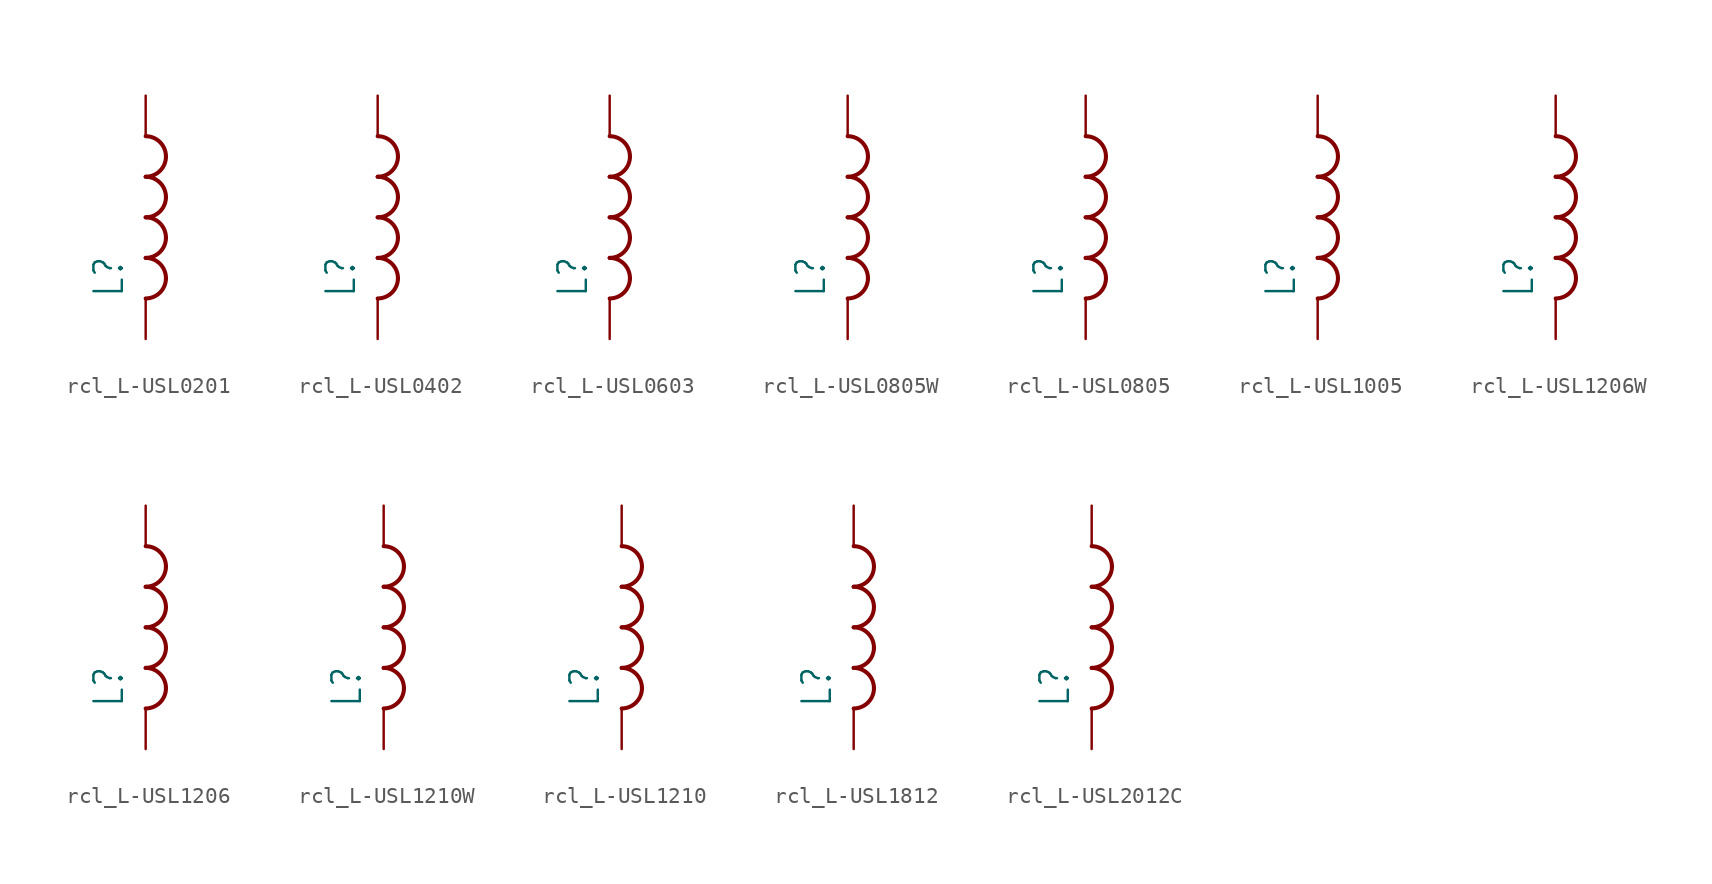
<source format=kicad_sym>
(kicad_symbol_lib
  (version 20241209)
  (generator "kicad_symbol_editor")
  (generator_version "9.0")
  (symbol "rcl_L-USL0201"
    (property "Reference" "L"
      (at -1.27 -5.08 90)
      (effects (font (size 1.778 1.511)) (justify left bottom)))
    (property "Value" ""
      (at 3.81 -5.08 90)
      (effects (font (size 1.778 1.511)) (justify left bottom)))
    (property "ki_locked" ""
      (at 0 0 0)
      (effects (font (size 1.27 1.27))))
    (symbol "rcl_L-USL0201_1_0"
      (arc (start 0 5.08) (mid 0.898 4.708) (end 1.27 3.81) (stroke (width 0.254) (type solid)) (fill (type none)))
      (arc (start 1.27 3.81) (mid 0.898 2.912) (end 0 2.54) (stroke (width 0.254) (type solid)) (fill (type none)))
      (arc (start 0 2.54) (mid 0.898 2.168) (end 1.27 1.27) (stroke (width 0.254) (type solid)) (fill (type none)))
      (arc (start 1.27 1.27) (mid 0.898 0.372) (end 0 0) (stroke (width 0.254) (type solid)) (fill (type none)))
      (arc (start 0 0) (mid 0.898 -0.372) (end 1.27 -1.27) (stroke (width 0.254) (type solid)) (fill (type none)))
      (arc (start 1.27 -1.27) (mid 0.898 -2.168) (end 0 -2.54) (stroke (width 0.254) (type solid)) (fill (type none)))
      (arc (start 0 -2.54) (mid 0.898 -2.912) (end 1.27 -3.81) (stroke (width 0.254) (type solid)) (fill (type none)))
      (arc (start 1.27 -3.81) (mid 0.898 -4.708) (end 0 -5.08) (stroke (width 0.254) (type solid)) (fill (type none)))
      (pin passive line (at 0 7.62 270) (length 2.54) (name "1" (effects (font (size 0 0)))) (number "1" (effects (font (size 0 0)))))
      (pin passive line (at 0 -7.62 90) (length 2.54) (name "2" (effects (font (size 0 0)))) (number "2" (effects (font (size 0 0)))))))
  (symbol "rcl_L-USL0402"
    (property "Reference" "L"
      (at -1.27 -5.08 90)
      (effects (font (size 1.778 1.511)) (justify left bottom)))
    (property "Value" ""
      (at 3.81 -5.08 90)
      (effects (font (size 1.778 1.511)) (justify left bottom)))
    (property "ki_locked" ""
      (at 0 0 0)
      (effects (font (size 1.27 1.27))))
    (symbol "rcl_L-USL0402_1_0"
      (arc (start 0 5.08) (mid 0.898 4.708) (end 1.27 3.81) (stroke (width 0.254) (type solid)) (fill (type none)))
      (arc (start 1.27 3.81) (mid 0.898 2.912) (end 0 2.54) (stroke (width 0.254) (type solid)) (fill (type none)))
      (arc (start 0 2.54) (mid 0.898 2.168) (end 1.27 1.27) (stroke (width 0.254) (type solid)) (fill (type none)))
      (arc (start 1.27 1.27) (mid 0.898 0.372) (end 0 0) (stroke (width 0.254) (type solid)) (fill (type none)))
      (arc (start 0 0) (mid 0.898 -0.372) (end 1.27 -1.27) (stroke (width 0.254) (type solid)) (fill (type none)))
      (arc (start 1.27 -1.27) (mid 0.898 -2.168) (end 0 -2.54) (stroke (width 0.254) (type solid)) (fill (type none)))
      (arc (start 0 -2.54) (mid 0.898 -2.912) (end 1.27 -3.81) (stroke (width 0.254) (type solid)) (fill (type none)))
      (arc (start 1.27 -3.81) (mid 0.898 -4.708) (end 0 -5.08) (stroke (width 0.254) (type solid)) (fill (type none)))
      (pin passive line (at 0 7.62 270) (length 2.54) (name "1" (effects (font (size 0 0)))) (number "1" (effects (font (size 0 0)))))
      (pin passive line (at 0 -7.62 90) (length 2.54) (name "2" (effects (font (size 0 0)))) (number "2" (effects (font (size 0 0)))))))
  (symbol "rcl_L-USL0603"
    (property "Reference" "L"
      (at -1.27 -5.08 90)
      (effects (font (size 1.778 1.511)) (justify left bottom)))
    (property "Value" ""
      (at 3.81 -5.08 90)
      (effects (font (size 1.778 1.511)) (justify left bottom)))
    (property "ki_locked" ""
      (at 0 0 0)
      (effects (font (size 1.27 1.27))))
    (symbol "rcl_L-USL0603_1_0"
      (arc (start 0 5.08) (mid 0.898 4.708) (end 1.27 3.81) (stroke (width 0.254) (type solid)) (fill (type none)))
      (arc (start 1.27 3.81) (mid 0.898 2.912) (end 0 2.54) (stroke (width 0.254) (type solid)) (fill (type none)))
      (arc (start 0 2.54) (mid 0.898 2.168) (end 1.27 1.27) (stroke (width 0.254) (type solid)) (fill (type none)))
      (arc (start 1.27 1.27) (mid 0.898 0.372) (end 0 0) (stroke (width 0.254) (type solid)) (fill (type none)))
      (arc (start 0 0) (mid 0.898 -0.372) (end 1.27 -1.27) (stroke (width 0.254) (type solid)) (fill (type none)))
      (arc (start 1.27 -1.27) (mid 0.898 -2.168) (end 0 -2.54) (stroke (width 0.254) (type solid)) (fill (type none)))
      (arc (start 0 -2.54) (mid 0.898 -2.912) (end 1.27 -3.81) (stroke (width 0.254) (type solid)) (fill (type none)))
      (arc (start 1.27 -3.81) (mid 0.898 -4.708) (end 0 -5.08) (stroke (width 0.254) (type solid)) (fill (type none)))
      (pin passive line (at 0 7.62 270) (length 2.54) (name "1" (effects (font (size 0 0)))) (number "1" (effects (font (size 0 0)))))
      (pin passive line (at 0 -7.62 90) (length 2.54) (name "2" (effects (font (size 0 0)))) (number "2" (effects (font (size 0 0)))))))
  (symbol "rcl_L-USL0805W"
    (property "Reference" "L"
      (at -1.27 -5.08 90)
      (effects (font (size 1.778 1.511)) (justify left bottom)))
    (property "Value" ""
      (at 3.81 -5.08 90)
      (effects (font (size 1.778 1.511)) (justify left bottom)))
    (property "ki_locked" ""
      (at 0 0 0)
      (effects (font (size 1.27 1.27))))
    (symbol "rcl_L-USL0805W_1_0"
      (arc (start 0 5.08) (mid 0.898 4.708) (end 1.27 3.81) (stroke (width 0.254) (type solid)) (fill (type none)))
      (arc (start 1.27 3.81) (mid 0.898 2.912) (end 0 2.54) (stroke (width 0.254) (type solid)) (fill (type none)))
      (arc (start 0 2.54) (mid 0.898 2.168) (end 1.27 1.27) (stroke (width 0.254) (type solid)) (fill (type none)))
      (arc (start 1.27 1.27) (mid 0.898 0.372) (end 0 0) (stroke (width 0.254) (type solid)) (fill (type none)))
      (arc (start 0 0) (mid 0.898 -0.372) (end 1.27 -1.27) (stroke (width 0.254) (type solid)) (fill (type none)))
      (arc (start 1.27 -1.27) (mid 0.898 -2.168) (end 0 -2.54) (stroke (width 0.254) (type solid)) (fill (type none)))
      (arc (start 0 -2.54) (mid 0.898 -2.912) (end 1.27 -3.81) (stroke (width 0.254) (type solid)) (fill (type none)))
      (arc (start 1.27 -3.81) (mid 0.898 -4.708) (end 0 -5.08) (stroke (width 0.254) (type solid)) (fill (type none)))
      (pin passive line (at 0 7.62 270) (length 2.54) (name "1" (effects (font (size 0 0)))) (number "1" (effects (font (size 0 0)))))
      (pin passive line (at 0 -7.62 90) (length 2.54) (name "2" (effects (font (size 0 0)))) (number "2" (effects (font (size 0 0)))))))
  (symbol "rcl_L-USL0805"
    (property "Reference" "L"
      (at -1.27 -5.08 90)
      (effects (font (size 1.778 1.511)) (justify left bottom)))
    (property "Value" ""
      (at 3.81 -5.08 90)
      (effects (font (size 1.778 1.511)) (justify left bottom)))
    (property "ki_locked" ""
      (at 0 0 0)
      (effects (font (size 1.27 1.27))))
    (symbol "rcl_L-USL0805_1_0"
      (arc (start 0 5.08) (mid 0.898 4.708) (end 1.27 3.81) (stroke (width 0.254) (type solid)) (fill (type none)))
      (arc (start 1.27 3.81) (mid 0.898 2.912) (end 0 2.54) (stroke (width 0.254) (type solid)) (fill (type none)))
      (arc (start 0 2.54) (mid 0.898 2.168) (end 1.27 1.27) (stroke (width 0.254) (type solid)) (fill (type none)))
      (arc (start 1.27 1.27) (mid 0.898 0.372) (end 0 0) (stroke (width 0.254) (type solid)) (fill (type none)))
      (arc (start 0 0) (mid 0.898 -0.372) (end 1.27 -1.27) (stroke (width 0.254) (type solid)) (fill (type none)))
      (arc (start 1.27 -1.27) (mid 0.898 -2.168) (end 0 -2.54) (stroke (width 0.254) (type solid)) (fill (type none)))
      (arc (start 0 -2.54) (mid 0.898 -2.912) (end 1.27 -3.81) (stroke (width 0.254) (type solid)) (fill (type none)))
      (arc (start 1.27 -3.81) (mid 0.898 -4.708) (end 0 -5.08) (stroke (width 0.254) (type solid)) (fill (type none)))
      (pin passive line (at 0 7.62 270) (length 2.54) (name "1" (effects (font (size 0 0)))) (number "1" (effects (font (size 0 0)))))
      (pin passive line (at 0 -7.62 90) (length 2.54) (name "2" (effects (font (size 0 0)))) (number "2" (effects (font (size 0 0)))))))
  (symbol "rcl_L-USL1005"
    (property "Reference" "L"
      (at -1.27 -5.08 90)
      (effects (font (size 1.778 1.511)) (justify left bottom)))
    (property "Value" ""
      (at 3.81 -5.08 90)
      (effects (font (size 1.778 1.511)) (justify left bottom)))
    (property "ki_locked" ""
      (at 0 0 0)
      (effects (font (size 1.27 1.27))))
    (symbol "rcl_L-USL1005_1_0"
      (arc (start 0 5.08) (mid 0.898 4.708) (end 1.27 3.81) (stroke (width 0.254) (type solid)) (fill (type none)))
      (arc (start 1.27 3.81) (mid 0.898 2.912) (end 0 2.54) (stroke (width 0.254) (type solid)) (fill (type none)))
      (arc (start 0 2.54) (mid 0.898 2.168) (end 1.27 1.27) (stroke (width 0.254) (type solid)) (fill (type none)))
      (arc (start 1.27 1.27) (mid 0.898 0.372) (end 0 0) (stroke (width 0.254) (type solid)) (fill (type none)))
      (arc (start 0 0) (mid 0.898 -0.372) (end 1.27 -1.27) (stroke (width 0.254) (type solid)) (fill (type none)))
      (arc (start 1.27 -1.27) (mid 0.898 -2.168) (end 0 -2.54) (stroke (width 0.254) (type solid)) (fill (type none)))
      (arc (start 0 -2.54) (mid 0.898 -2.912) (end 1.27 -3.81) (stroke (width 0.254) (type solid)) (fill (type none)))
      (arc (start 1.27 -3.81) (mid 0.898 -4.708) (end 0 -5.08) (stroke (width 0.254) (type solid)) (fill (type none)))
      (pin passive line (at 0 7.62 270) (length 2.54) (name "1" (effects (font (size 0 0)))) (number "1" (effects (font (size 0 0)))))
      (pin passive line (at 0 -7.62 90) (length 2.54) (name "2" (effects (font (size 0 0)))) (number "2" (effects (font (size 0 0)))))))
  (symbol "rcl_L-USL1206W"
    (property "Reference" "L"
      (at -1.27 -5.08 90)
      (effects (font (size 1.778 1.511)) (justify left bottom)))
    (property "Value" ""
      (at 3.81 -5.08 90)
      (effects (font (size 1.778 1.511)) (justify left bottom)))
    (property "ki_locked" ""
      (at 0 0 0)
      (effects (font (size 1.27 1.27))))
    (symbol "rcl_L-USL1206W_1_0"
      (arc (start 0 5.08) (mid 0.898 4.708) (end 1.27 3.81) (stroke (width 0.254) (type solid)) (fill (type none)))
      (arc (start 1.27 3.81) (mid 0.898 2.912) (end 0 2.54) (stroke (width 0.254) (type solid)) (fill (type none)))
      (arc (start 0 2.54) (mid 0.898 2.168) (end 1.27 1.27) (stroke (width 0.254) (type solid)) (fill (type none)))
      (arc (start 1.27 1.27) (mid 0.898 0.372) (end 0 0) (stroke (width 0.254) (type solid)) (fill (type none)))
      (arc (start 0 0) (mid 0.898 -0.372) (end 1.27 -1.27) (stroke (width 0.254) (type solid)) (fill (type none)))
      (arc (start 1.27 -1.27) (mid 0.898 -2.168) (end 0 -2.54) (stroke (width 0.254) (type solid)) (fill (type none)))
      (arc (start 0 -2.54) (mid 0.898 -2.912) (end 1.27 -3.81) (stroke (width 0.254) (type solid)) (fill (type none)))
      (arc (start 1.27 -3.81) (mid 0.898 -4.708) (end 0 -5.08) (stroke (width 0.254) (type solid)) (fill (type none)))
      (pin passive line (at 0 7.62 270) (length 2.54) (name "1" (effects (font (size 0 0)))) (number "1" (effects (font (size 0 0)))))
      (pin passive line (at 0 -7.62 90) (length 2.54) (name "2" (effects (font (size 0 0)))) (number "2" (effects (font (size 0 0)))))))
  (symbol "rcl_L-USL1206"
    (property "Reference" "L"
      (at -1.27 -5.08 90)
      (effects (font (size 1.778 1.511)) (justify left bottom)))
    (property "Value" ""
      (at 3.81 -5.08 90)
      (effects (font (size 1.778 1.511)) (justify left bottom)))
    (property "ki_locked" ""
      (at 0 0 0)
      (effects (font (size 1.27 1.27))))
    (symbol "rcl_L-USL1206_1_0"
      (arc (start 0 5.08) (mid 0.898 4.708) (end 1.27 3.81) (stroke (width 0.254) (type solid)) (fill (type none)))
      (arc (start 1.27 3.81) (mid 0.898 2.912) (end 0 2.54) (stroke (width 0.254) (type solid)) (fill (type none)))
      (arc (start 0 2.54) (mid 0.898 2.168) (end 1.27 1.27) (stroke (width 0.254) (type solid)) (fill (type none)))
      (arc (start 1.27 1.27) (mid 0.898 0.372) (end 0 0) (stroke (width 0.254) (type solid)) (fill (type none)))
      (arc (start 0 0) (mid 0.898 -0.372) (end 1.27 -1.27) (stroke (width 0.254) (type solid)) (fill (type none)))
      (arc (start 1.27 -1.27) (mid 0.898 -2.168) (end 0 -2.54) (stroke (width 0.254) (type solid)) (fill (type none)))
      (arc (start 0 -2.54) (mid 0.898 -2.912) (end 1.27 -3.81) (stroke (width 0.254) (type solid)) (fill (type none)))
      (arc (start 1.27 -3.81) (mid 0.898 -4.708) (end 0 -5.08) (stroke (width 0.254) (type solid)) (fill (type none)))
      (pin passive line (at 0 7.62 270) (length 2.54) (name "1" (effects (font (size 0 0)))) (number "1" (effects (font (size 0 0)))))
      (pin passive line (at 0 -7.62 90) (length 2.54) (name "2" (effects (font (size 0 0)))) (number "2" (effects (font (size 0 0)))))))
  (symbol "rcl_L-USL1210W"
    (property "Reference" "L"
      (at -1.27 -5.08 90)
      (effects (font (size 1.778 1.511)) (justify left bottom)))
    (property "Value" ""
      (at 3.81 -5.08 90)
      (effects (font (size 1.778 1.511)) (justify left bottom)))
    (property "ki_locked" ""
      (at 0 0 0)
      (effects (font (size 1.27 1.27))))
    (symbol "rcl_L-USL1210W_1_0"
      (arc (start 0 5.08) (mid 0.898 4.708) (end 1.27 3.81) (stroke (width 0.254) (type solid)) (fill (type none)))
      (arc (start 1.27 3.81) (mid 0.898 2.912) (end 0 2.54) (stroke (width 0.254) (type solid)) (fill (type none)))
      (arc (start 0 2.54) (mid 0.898 2.168) (end 1.27 1.27) (stroke (width 0.254) (type solid)) (fill (type none)))
      (arc (start 1.27 1.27) (mid 0.898 0.372) (end 0 0) (stroke (width 0.254) (type solid)) (fill (type none)))
      (arc (start 0 0) (mid 0.898 -0.372) (end 1.27 -1.27) (stroke (width 0.254) (type solid)) (fill (type none)))
      (arc (start 1.27 -1.27) (mid 0.898 -2.168) (end 0 -2.54) (stroke (width 0.254) (type solid)) (fill (type none)))
      (arc (start 0 -2.54) (mid 0.898 -2.912) (end 1.27 -3.81) (stroke (width 0.254) (type solid)) (fill (type none)))
      (arc (start 1.27 -3.81) (mid 0.898 -4.708) (end 0 -5.08) (stroke (width 0.254) (type solid)) (fill (type none)))
      (pin passive line (at 0 7.62 270) (length 2.54) (name "1" (effects (font (size 0 0)))) (number "1" (effects (font (size 0 0)))))
      (pin passive line (at 0 -7.62 90) (length 2.54) (name "2" (effects (font (size 0 0)))) (number "2" (effects (font (size 0 0)))))))
  (symbol "rcl_L-USL1210"
    (property "Reference" "L"
      (at -1.27 -5.08 90)
      (effects (font (size 1.778 1.511)) (justify left bottom)))
    (property "Value" ""
      (at 3.81 -5.08 90)
      (effects (font (size 1.778 1.511)) (justify left bottom)))
    (property "ki_locked" ""
      (at 0 0 0)
      (effects (font (size 1.27 1.27))))
    (symbol "rcl_L-USL1210_1_0"
      (arc (start 0 5.08) (mid 0.898 4.708) (end 1.27 3.81) (stroke (width 0.254) (type solid)) (fill (type none)))
      (arc (start 1.27 3.81) (mid 0.898 2.912) (end 0 2.54) (stroke (width 0.254) (type solid)) (fill (type none)))
      (arc (start 0 2.54) (mid 0.898 2.168) (end 1.27 1.27) (stroke (width 0.254) (type solid)) (fill (type none)))
      (arc (start 1.27 1.27) (mid 0.898 0.372) (end 0 0) (stroke (width 0.254) (type solid)) (fill (type none)))
      (arc (start 0 0) (mid 0.898 -0.372) (end 1.27 -1.27) (stroke (width 0.254) (type solid)) (fill (type none)))
      (arc (start 1.27 -1.27) (mid 0.898 -2.168) (end 0 -2.54) (stroke (width 0.254) (type solid)) (fill (type none)))
      (arc (start 0 -2.54) (mid 0.898 -2.912) (end 1.27 -3.81) (stroke (width 0.254) (type solid)) (fill (type none)))
      (arc (start 1.27 -3.81) (mid 0.898 -4.708) (end 0 -5.08) (stroke (width 0.254) (type solid)) (fill (type none)))
      (pin passive line (at 0 7.62 270) (length 2.54) (name "1" (effects (font (size 0 0)))) (number "1" (effects (font (size 0 0)))))
      (pin passive line (at 0 -7.62 90) (length 2.54) (name "2" (effects (font (size 0 0)))) (number "2" (effects (font (size 0 0)))))))
  (symbol "rcl_L-USL1812"
    (property "Reference" "L"
      (at -1.27 -5.08 90)
      (effects (font (size 1.778 1.511)) (justify left bottom)))
    (property "Value" ""
      (at 3.81 -5.08 90)
      (effects (font (size 1.778 1.511)) (justify left bottom)))
    (property "ki_locked" ""
      (at 0 0 0)
      (effects (font (size 1.27 1.27))))
    (symbol "rcl_L-USL1812_1_0"
      (arc (start 0 5.08) (mid 0.898 4.708) (end 1.27 3.81) (stroke (width 0.254) (type solid)) (fill (type none)))
      (arc (start 1.27 3.81) (mid 0.898 2.912) (end 0 2.54) (stroke (width 0.254) (type solid)) (fill (type none)))
      (arc (start 0 2.54) (mid 0.898 2.168) (end 1.27 1.27) (stroke (width 0.254) (type solid)) (fill (type none)))
      (arc (start 1.27 1.27) (mid 0.898 0.372) (end 0 0) (stroke (width 0.254) (type solid)) (fill (type none)))
      (arc (start 0 0) (mid 0.898 -0.372) (end 1.27 -1.27) (stroke (width 0.254) (type solid)) (fill (type none)))
      (arc (start 1.27 -1.27) (mid 0.898 -2.168) (end 0 -2.54) (stroke (width 0.254) (type solid)) (fill (type none)))
      (arc (start 0 -2.54) (mid 0.898 -2.912) (end 1.27 -3.81) (stroke (width 0.254) (type solid)) (fill (type none)))
      (arc (start 1.27 -3.81) (mid 0.898 -4.708) (end 0 -5.08) (stroke (width 0.254) (type solid)) (fill (type none)))
      (pin passive line (at 0 7.62 270) (length 2.54) (name "1" (effects (font (size 0 0)))) (number "1" (effects (font (size 0 0)))))
      (pin passive line (at 0 -7.62 90) (length 2.54) (name "2" (effects (font (size 0 0)))) (number "2" (effects (font (size 0 0)))))))
  (symbol "rcl_L-USL2012C"
    (property "Reference" "L"
      (at -1.27 -5.08 90)
      (effects (font (size 1.778 1.511)) (justify left bottom)))
    (property "Value" ""
      (at 3.81 -5.08 90)
      (effects (font (size 1.778 1.511)) (justify left bottom)))
    (property "ki_locked" ""
      (at 0 0 0)
      (effects (font (size 1.27 1.27))))
    (symbol "rcl_L-USL2012C_1_0"
      (arc (start 0 5.08) (mid 0.898 4.708) (end 1.27 3.81) (stroke (width 0.254) (type solid)) (fill (type none)))
      (arc (start 1.27 3.81) (mid 0.898 2.912) (end 0 2.54) (stroke (width 0.254) (type solid)) (fill (type none)))
      (arc (start 0 2.54) (mid 0.898 2.168) (end 1.27 1.27) (stroke (width 0.254) (type solid)) (fill (type none)))
      (arc (start 1.27 1.27) (mid 0.898 0.372) (end 0 0) (stroke (width 0.254) (type solid)) (fill (type none)))
      (arc (start 0 0) (mid 0.898 -0.372) (end 1.27 -1.27) (stroke (width 0.254) (type solid)) (fill (type none)))
      (arc (start 1.27 -1.27) (mid 0.898 -2.168) (end 0 -2.54) (stroke (width 0.254) (type solid)) (fill (type none)))
      (arc (start 0 -2.54) (mid 0.898 -2.912) (end 1.27 -3.81) (stroke (width 0.254) (type solid)) (fill (type none)))
      (arc (start 1.27 -3.81) (mid 0.898 -4.708) (end 0 -5.08) (stroke (width 0.254) (type solid)) (fill (type none)))
      (pin passive line (at 0 7.62 270) (length 2.54) (name "1" (effects (font (size 0 0)))) (number "1" (effects (font (size 0 0)))))
      (pin passive line (at 0 -7.62 90) (length 2.54) (name "2" (effects (font (size 0 0)))) (number "2" (effects (font (size 0 0))))))))
</source>
